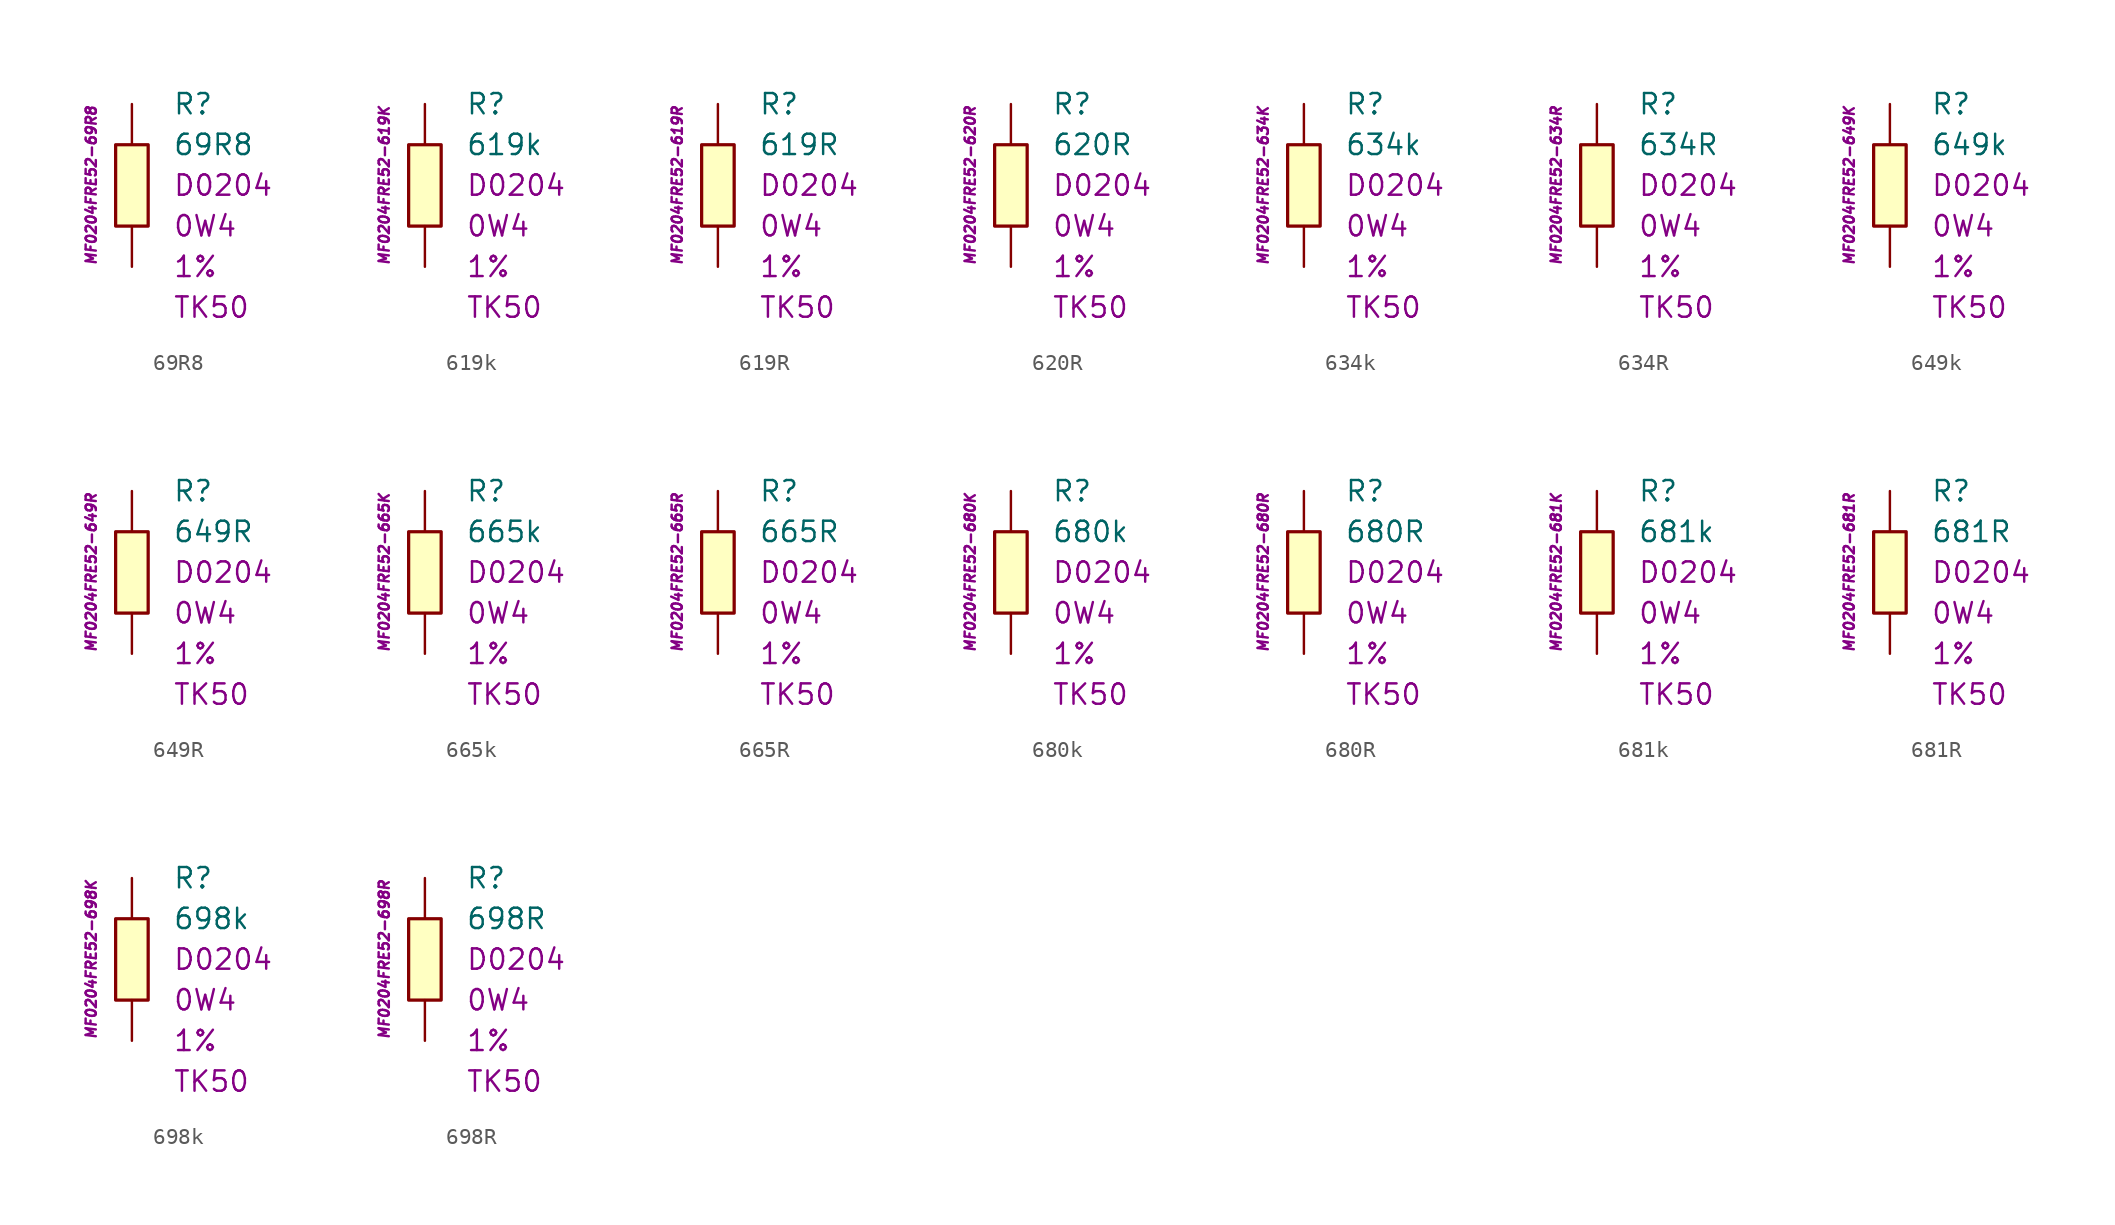
<source format=kicad_sym>
(kicad_symbol_lib
  (version 20201005)
  (generator kicad_symbol_editor)
  (symbol "69R8"
    (pin_numbers hide)
    (pin_names
      (offset 1.016) hide)
    (property "Reference" "R"
      (at 2.54 5.08 0)
      (effects (font (size 1.27 1.27)) (justify left)))
    (property "Value" "69R8"
      (at 2.54 2.54 0)
      (effects (font (size 1.27 1.27)) (justify left)))
    (property "Package" "D0204"
      (at 2.54 0 0)
      (effects (font (size 1.27 1.27)) (justify left)))
    (property "Power" "0W4"
      (at 2.54 -2.54 0)
      (effects (font (size 1.27 1.27)) (justify left)))
    (property "Tolerance" "1%"
      (at 2.54 -5.08 0)
      (effects (font (size 1.27 1.27)) (justify left)))
    (property "TK" "TK50"
      (at 2.54 -7.62 0)
      (effects (font (size 1.27 1.27)) (justify left)))
    (property "ID" "MF0204FRE52-69R8"
      (at -2.54 0 90)
      (effects (font (size 0.635 0.635) italic)))
    (symbol "69R8_0_1"
      (rectangle (start -1.016 2.54) (end 1.016 -2.54) (stroke (width 0.203)) (fill (type background))))
    (symbol "69R8_1_1"
      (pin passive line (at 0 5.08 270) (length 2.54) (name "~" (effects (font (size 1.778 1.778)))) (number "1" (effects (font (size 1.778 1.778)))))
      (pin passive line (at 0 -5.08 90) (length 2.54) (name "~" (effects (font (size 1.778 1.778)))) (number "2" (effects (font (size 1.778 1.778)))))))
  (symbol "619k"
    (pin_numbers hide)
    (pin_names
      (offset 1.016) hide)
    (property "Reference" "R"
      (at 2.54 5.08 0)
      (effects (font (size 1.27 1.27)) (justify left)))
    (property "Value" "619k"
      (at 2.54 2.54 0)
      (effects (font (size 1.27 1.27)) (justify left)))
    (property "Package" "D0204"
      (at 2.54 0 0)
      (effects (font (size 1.27 1.27)) (justify left)))
    (property "Power" "0W4"
      (at 2.54 -2.54 0)
      (effects (font (size 1.27 1.27)) (justify left)))
    (property "Tolerance" "1%"
      (at 2.54 -5.08 0)
      (effects (font (size 1.27 1.27)) (justify left)))
    (property "TK" "TK50"
      (at 2.54 -7.62 0)
      (effects (font (size 1.27 1.27)) (justify left)))
    (property "ID" "MF0204FRE52-619K"
      (at -2.54 0 90)
      (effects (font (size 0.635 0.635) italic)))
    (symbol "619k_0_1"
      (rectangle (start -1.016 2.54) (end 1.016 -2.54) (stroke (width 0.203)) (fill (type background))))
    (symbol "619k_1_1"
      (pin passive line (at 0 5.08 270) (length 2.54) (name "~" (effects (font (size 1.778 1.778)))) (number "1" (effects (font (size 1.778 1.778)))))
      (pin passive line (at 0 -5.08 90) (length 2.54) (name "~" (effects (font (size 1.778 1.778)))) (number "2" (effects (font (size 1.778 1.778)))))))
  (symbol "619R"
    (pin_numbers hide)
    (pin_names
      (offset 1.016) hide)
    (property "Reference" "R"
      (at 2.54 5.08 0)
      (effects (font (size 1.27 1.27)) (justify left)))
    (property "Value" "619R"
      (at 2.54 2.54 0)
      (effects (font (size 1.27 1.27)) (justify left)))
    (property "Package" "D0204"
      (at 2.54 0 0)
      (effects (font (size 1.27 1.27)) (justify left)))
    (property "Power" "0W4"
      (at 2.54 -2.54 0)
      (effects (font (size 1.27 1.27)) (justify left)))
    (property "Tolerance" "1%"
      (at 2.54 -5.08 0)
      (effects (font (size 1.27 1.27)) (justify left)))
    (property "TK" "TK50"
      (at 2.54 -7.62 0)
      (effects (font (size 1.27 1.27)) (justify left)))
    (property "ID" "MF0204FRE52-619R"
      (at -2.54 0 90)
      (effects (font (size 0.635 0.635) italic)))
    (symbol "619R_0_1"
      (rectangle (start -1.016 2.54) (end 1.016 -2.54) (stroke (width 0.203)) (fill (type background))))
    (symbol "619R_1_1"
      (pin passive line (at 0 5.08 270) (length 2.54) (name "~" (effects (font (size 1.778 1.778)))) (number "1" (effects (font (size 1.778 1.778)))))
      (pin passive line (at 0 -5.08 90) (length 2.54) (name "~" (effects (font (size 1.778 1.778)))) (number "2" (effects (font (size 1.778 1.778)))))))
  (symbol "620R"
    (pin_numbers hide)
    (pin_names
      (offset 1.016) hide)
    (property "Reference" "R"
      (at 2.54 5.08 0)
      (effects (font (size 1.27 1.27)) (justify left)))
    (property "Value" "620R"
      (at 2.54 2.54 0)
      (effects (font (size 1.27 1.27)) (justify left)))
    (property "Package" "D0204"
      (at 2.54 0 0)
      (effects (font (size 1.27 1.27)) (justify left)))
    (property "Power" "0W4"
      (at 2.54 -2.54 0)
      (effects (font (size 1.27 1.27)) (justify left)))
    (property "Tolerance" "1%"
      (at 2.54 -5.08 0)
      (effects (font (size 1.27 1.27)) (justify left)))
    (property "TK" "TK50"
      (at 2.54 -7.62 0)
      (effects (font (size 1.27 1.27)) (justify left)))
    (property "ID" "MF0204FRE52-620R"
      (at -2.54 0 90)
      (effects (font (size 0.635 0.635) italic)))
    (symbol "620R_0_1"
      (rectangle (start -1.016 2.54) (end 1.016 -2.54) (stroke (width 0.203)) (fill (type background))))
    (symbol "620R_1_1"
      (pin passive line (at 0 5.08 270) (length 2.54) (name "~" (effects (font (size 1.778 1.778)))) (number "1" (effects (font (size 1.778 1.778)))))
      (pin passive line (at 0 -5.08 90) (length 2.54) (name "~" (effects (font (size 1.778 1.778)))) (number "2" (effects (font (size 1.778 1.778)))))))
  (symbol "634k"
    (pin_numbers hide)
    (pin_names
      (offset 1.016) hide)
    (property "Reference" "R"
      (at 2.54 5.08 0)
      (effects (font (size 1.27 1.27)) (justify left)))
    (property "Value" "634k"
      (at 2.54 2.54 0)
      (effects (font (size 1.27 1.27)) (justify left)))
    (property "Package" "D0204"
      (at 2.54 0 0)
      (effects (font (size 1.27 1.27)) (justify left)))
    (property "Power" "0W4"
      (at 2.54 -2.54 0)
      (effects (font (size 1.27 1.27)) (justify left)))
    (property "Tolerance" "1%"
      (at 2.54 -5.08 0)
      (effects (font (size 1.27 1.27)) (justify left)))
    (property "TK" "TK50"
      (at 2.54 -7.62 0)
      (effects (font (size 1.27 1.27)) (justify left)))
    (property "ID" "MF0204FRE52-634K"
      (at -2.54 0 90)
      (effects (font (size 0.635 0.635) italic)))
    (symbol "634k_0_1"
      (rectangle (start -1.016 2.54) (end 1.016 -2.54) (stroke (width 0.203)) (fill (type background))))
    (symbol "634k_1_1"
      (pin passive line (at 0 5.08 270) (length 2.54) (name "~" (effects (font (size 1.778 1.778)))) (number "1" (effects (font (size 1.778 1.778)))))
      (pin passive line (at 0 -5.08 90) (length 2.54) (name "~" (effects (font (size 1.778 1.778)))) (number "2" (effects (font (size 1.778 1.778)))))))
  (symbol "634R"
    (pin_numbers hide)
    (pin_names
      (offset 1.016) hide)
    (property "Reference" "R"
      (at 2.54 5.08 0)
      (effects (font (size 1.27 1.27)) (justify left)))
    (property "Value" "634R"
      (at 2.54 2.54 0)
      (effects (font (size 1.27 1.27)) (justify left)))
    (property "Package" "D0204"
      (at 2.54 0 0)
      (effects (font (size 1.27 1.27)) (justify left)))
    (property "Power" "0W4"
      (at 2.54 -2.54 0)
      (effects (font (size 1.27 1.27)) (justify left)))
    (property "Tolerance" "1%"
      (at 2.54 -5.08 0)
      (effects (font (size 1.27 1.27)) (justify left)))
    (property "TK" "TK50"
      (at 2.54 -7.62 0)
      (effects (font (size 1.27 1.27)) (justify left)))
    (property "ID" "MF0204FRE52-634R"
      (at -2.54 0 90)
      (effects (font (size 0.635 0.635) italic)))
    (symbol "634R_0_1"
      (rectangle (start -1.016 2.54) (end 1.016 -2.54) (stroke (width 0.203)) (fill (type background))))
    (symbol "634R_1_1"
      (pin passive line (at 0 5.08 270) (length 2.54) (name "~" (effects (font (size 1.778 1.778)))) (number "1" (effects (font (size 1.778 1.778)))))
      (pin passive line (at 0 -5.08 90) (length 2.54) (name "~" (effects (font (size 1.778 1.778)))) (number "2" (effects (font (size 1.778 1.778)))))))
  (symbol "649k"
    (pin_numbers hide)
    (pin_names
      (offset 1.016) hide)
    (property "Reference" "R"
      (at 2.54 5.08 0)
      (effects (font (size 1.27 1.27)) (justify left)))
    (property "Value" "649k"
      (at 2.54 2.54 0)
      (effects (font (size 1.27 1.27)) (justify left)))
    (property "Package" "D0204"
      (at 2.54 0 0)
      (effects (font (size 1.27 1.27)) (justify left)))
    (property "Power" "0W4"
      (at 2.54 -2.54 0)
      (effects (font (size 1.27 1.27)) (justify left)))
    (property "Tolerance" "1%"
      (at 2.54 -5.08 0)
      (effects (font (size 1.27 1.27)) (justify left)))
    (property "TK" "TK50"
      (at 2.54 -7.62 0)
      (effects (font (size 1.27 1.27)) (justify left)))
    (property "ID" "MF0204FRE52-649K"
      (at -2.54 0 90)
      (effects (font (size 0.635 0.635) italic)))
    (symbol "649k_0_1"
      (rectangle (start -1.016 2.54) (end 1.016 -2.54) (stroke (width 0.203)) (fill (type background))))
    (symbol "649k_1_1"
      (pin passive line (at 0 5.08 270) (length 2.54) (name "~" (effects (font (size 1.778 1.778)))) (number "1" (effects (font (size 1.778 1.778)))))
      (pin passive line (at 0 -5.08 90) (length 2.54) (name "~" (effects (font (size 1.778 1.778)))) (number "2" (effects (font (size 1.778 1.778)))))))
  (symbol "649R"
    (pin_numbers hide)
    (pin_names
      (offset 1.016) hide)
    (property "Reference" "R"
      (at 2.54 5.08 0)
      (effects (font (size 1.27 1.27)) (justify left)))
    (property "Value" "649R"
      (at 2.54 2.54 0)
      (effects (font (size 1.27 1.27)) (justify left)))
    (property "Package" "D0204"
      (at 2.54 0 0)
      (effects (font (size 1.27 1.27)) (justify left)))
    (property "Power" "0W4"
      (at 2.54 -2.54 0)
      (effects (font (size 1.27 1.27)) (justify left)))
    (property "Tolerance" "1%"
      (at 2.54 -5.08 0)
      (effects (font (size 1.27 1.27)) (justify left)))
    (property "TK" "TK50"
      (at 2.54 -7.62 0)
      (effects (font (size 1.27 1.27)) (justify left)))
    (property "ID" "MF0204FRE52-649R"
      (at -2.54 0 90)
      (effects (font (size 0.635 0.635) italic)))
    (symbol "649R_0_1"
      (rectangle (start -1.016 2.54) (end 1.016 -2.54) (stroke (width 0.203)) (fill (type background))))
    (symbol "649R_1_1"
      (pin passive line (at 0 5.08 270) (length 2.54) (name "~" (effects (font (size 1.778 1.778)))) (number "1" (effects (font (size 1.778 1.778)))))
      (pin passive line (at 0 -5.08 90) (length 2.54) (name "~" (effects (font (size 1.778 1.778)))) (number "2" (effects (font (size 1.778 1.778)))))))
  (symbol "665k"
    (pin_numbers hide)
    (pin_names
      (offset 1.016) hide)
    (property "Reference" "R"
      (at 2.54 5.08 0)
      (effects (font (size 1.27 1.27)) (justify left)))
    (property "Value" "665k"
      (at 2.54 2.54 0)
      (effects (font (size 1.27 1.27)) (justify left)))
    (property "Package" "D0204"
      (at 2.54 0 0)
      (effects (font (size 1.27 1.27)) (justify left)))
    (property "Power" "0W4"
      (at 2.54 -2.54 0)
      (effects (font (size 1.27 1.27)) (justify left)))
    (property "Tolerance" "1%"
      (at 2.54 -5.08 0)
      (effects (font (size 1.27 1.27)) (justify left)))
    (property "TK" "TK50"
      (at 2.54 -7.62 0)
      (effects (font (size 1.27 1.27)) (justify left)))
    (property "ID" "MF0204FRE52-665K"
      (at -2.54 0 90)
      (effects (font (size 0.635 0.635) italic)))
    (symbol "665k_0_1"
      (rectangle (start -1.016 2.54) (end 1.016 -2.54) (stroke (width 0.203)) (fill (type background))))
    (symbol "665k_1_1"
      (pin passive line (at 0 5.08 270) (length 2.54) (name "~" (effects (font (size 1.778 1.778)))) (number "1" (effects (font (size 1.778 1.778)))))
      (pin passive line (at 0 -5.08 90) (length 2.54) (name "~" (effects (font (size 1.778 1.778)))) (number "2" (effects (font (size 1.778 1.778)))))))
  (symbol "665R"
    (pin_numbers hide)
    (pin_names
      (offset 1.016) hide)
    (property "Reference" "R"
      (at 2.54 5.08 0)
      (effects (font (size 1.27 1.27)) (justify left)))
    (property "Value" "665R"
      (at 2.54 2.54 0)
      (effects (font (size 1.27 1.27)) (justify left)))
    (property "Package" "D0204"
      (at 2.54 0 0)
      (effects (font (size 1.27 1.27)) (justify left)))
    (property "Power" "0W4"
      (at 2.54 -2.54 0)
      (effects (font (size 1.27 1.27)) (justify left)))
    (property "Tolerance" "1%"
      (at 2.54 -5.08 0)
      (effects (font (size 1.27 1.27)) (justify left)))
    (property "TK" "TK50"
      (at 2.54 -7.62 0)
      (effects (font (size 1.27 1.27)) (justify left)))
    (property "ID" "MF0204FRE52-665R"
      (at -2.54 0 90)
      (effects (font (size 0.635 0.635) italic)))
    (symbol "665R_0_1"
      (rectangle (start -1.016 2.54) (end 1.016 -2.54) (stroke (width 0.203)) (fill (type background))))
    (symbol "665R_1_1"
      (pin passive line (at 0 5.08 270) (length 2.54) (name "~" (effects (font (size 1.778 1.778)))) (number "1" (effects (font (size 1.778 1.778)))))
      (pin passive line (at 0 -5.08 90) (length 2.54) (name "~" (effects (font (size 1.778 1.778)))) (number "2" (effects (font (size 1.778 1.778)))))))
  (symbol "680k"
    (pin_numbers hide)
    (pin_names
      (offset 1.016) hide)
    (property "Reference" "R"
      (at 2.54 5.08 0)
      (effects (font (size 1.27 1.27)) (justify left)))
    (property "Value" "680k"
      (at 2.54 2.54 0)
      (effects (font (size 1.27 1.27)) (justify left)))
    (property "Package" "D0204"
      (at 2.54 0 0)
      (effects (font (size 1.27 1.27)) (justify left)))
    (property "Power" "0W4"
      (at 2.54 -2.54 0)
      (effects (font (size 1.27 1.27)) (justify left)))
    (property "Tolerance" "1%"
      (at 2.54 -5.08 0)
      (effects (font (size 1.27 1.27)) (justify left)))
    (property "TK" "TK50"
      (at 2.54 -7.62 0)
      (effects (font (size 1.27 1.27)) (justify left)))
    (property "ID" "MF0204FRE52-680K"
      (at -2.54 0 90)
      (effects (font (size 0.635 0.635) italic)))
    (symbol "680k_0_1"
      (rectangle (start -1.016 2.54) (end 1.016 -2.54) (stroke (width 0.203)) (fill (type background))))
    (symbol "680k_1_1"
      (pin passive line (at 0 5.08 270) (length 2.54) (name "~" (effects (font (size 1.778 1.778)))) (number "1" (effects (font (size 1.778 1.778)))))
      (pin passive line (at 0 -5.08 90) (length 2.54) (name "~" (effects (font (size 1.778 1.778)))) (number "2" (effects (font (size 1.778 1.778)))))))
  (symbol "680R"
    (pin_numbers hide)
    (pin_names
      (offset 1.016) hide)
    (property "Reference" "R"
      (at 2.54 5.08 0)
      (effects (font (size 1.27 1.27)) (justify left)))
    (property "Value" "680R"
      (at 2.54 2.54 0)
      (effects (font (size 1.27 1.27)) (justify left)))
    (property "Package" "D0204"
      (at 2.54 0 0)
      (effects (font (size 1.27 1.27)) (justify left)))
    (property "Power" "0W4"
      (at 2.54 -2.54 0)
      (effects (font (size 1.27 1.27)) (justify left)))
    (property "Tolerance" "1%"
      (at 2.54 -5.08 0)
      (effects (font (size 1.27 1.27)) (justify left)))
    (property "TK" "TK50"
      (at 2.54 -7.62 0)
      (effects (font (size 1.27 1.27)) (justify left)))
    (property "ID" "MF0204FRE52-680R"
      (at -2.54 0 90)
      (effects (font (size 0.635 0.635) italic)))
    (symbol "680R_0_1"
      (rectangle (start -1.016 2.54) (end 1.016 -2.54) (stroke (width 0.203)) (fill (type background))))
    (symbol "680R_1_1"
      (pin passive line (at 0 5.08 270) (length 2.54) (name "~" (effects (font (size 1.778 1.778)))) (number "1" (effects (font (size 1.778 1.778)))))
      (pin passive line (at 0 -5.08 90) (length 2.54) (name "~" (effects (font (size 1.778 1.778)))) (number "2" (effects (font (size 1.778 1.778)))))))
  (symbol "681k"
    (pin_numbers hide)
    (pin_names
      (offset 1.016) hide)
    (property "Reference" "R"
      (at 2.54 5.08 0)
      (effects (font (size 1.27 1.27)) (justify left)))
    (property "Value" "681k"
      (at 2.54 2.54 0)
      (effects (font (size 1.27 1.27)) (justify left)))
    (property "Package" "D0204"
      (at 2.54 0 0)
      (effects (font (size 1.27 1.27)) (justify left)))
    (property "Power" "0W4"
      (at 2.54 -2.54 0)
      (effects (font (size 1.27 1.27)) (justify left)))
    (property "Tolerance" "1%"
      (at 2.54 -5.08 0)
      (effects (font (size 1.27 1.27)) (justify left)))
    (property "TK" "TK50"
      (at 2.54 -7.62 0)
      (effects (font (size 1.27 1.27)) (justify left)))
    (property "ID" "MF0204FRE52-681K"
      (at -2.54 0 90)
      (effects (font (size 0.635 0.635) italic)))
    (symbol "681k_0_1"
      (rectangle (start -1.016 2.54) (end 1.016 -2.54) (stroke (width 0.203)) (fill (type background))))
    (symbol "681k_1_1"
      (pin passive line (at 0 5.08 270) (length 2.54) (name "~" (effects (font (size 1.778 1.778)))) (number "1" (effects (font (size 1.778 1.778)))))
      (pin passive line (at 0 -5.08 90) (length 2.54) (name "~" (effects (font (size 1.778 1.778)))) (number "2" (effects (font (size 1.778 1.778)))))))
  (symbol "681R"
    (pin_numbers hide)
    (pin_names
      (offset 1.016) hide)
    (property "Reference" "R"
      (at 2.54 5.08 0)
      (effects (font (size 1.27 1.27)) (justify left)))
    (property "Value" "681R"
      (at 2.54 2.54 0)
      (effects (font (size 1.27 1.27)) (justify left)))
    (property "Package" "D0204"
      (at 2.54 0 0)
      (effects (font (size 1.27 1.27)) (justify left)))
    (property "Power" "0W4"
      (at 2.54 -2.54 0)
      (effects (font (size 1.27 1.27)) (justify left)))
    (property "Tolerance" "1%"
      (at 2.54 -5.08 0)
      (effects (font (size 1.27 1.27)) (justify left)))
    (property "TK" "TK50"
      (at 2.54 -7.62 0)
      (effects (font (size 1.27 1.27)) (justify left)))
    (property "ID" "MF0204FRE52-681R"
      (at -2.54 0 90)
      (effects (font (size 0.635 0.635) italic)))
    (symbol "681R_0_1"
      (rectangle (start -1.016 2.54) (end 1.016 -2.54) (stroke (width 0.203)) (fill (type background))))
    (symbol "681R_1_1"
      (pin passive line (at 0 5.08 270) (length 2.54) (name "~" (effects (font (size 1.778 1.778)))) (number "1" (effects (font (size 1.778 1.778)))))
      (pin passive line (at 0 -5.08 90) (length 2.54) (name "~" (effects (font (size 1.778 1.778)))) (number "2" (effects (font (size 1.778 1.778)))))))
  (symbol "698k"
    (pin_numbers hide)
    (pin_names
      (offset 1.016) hide)
    (property "Reference" "R"
      (at 2.54 5.08 0)
      (effects (font (size 1.27 1.27)) (justify left)))
    (property "Value" "698k"
      (at 2.54 2.54 0)
      (effects (font (size 1.27 1.27)) (justify left)))
    (property "Package" "D0204"
      (at 2.54 0 0)
      (effects (font (size 1.27 1.27)) (justify left)))
    (property "Power" "0W4"
      (at 2.54 -2.54 0)
      (effects (font (size 1.27 1.27)) (justify left)))
    (property "Tolerance" "1%"
      (at 2.54 -5.08 0)
      (effects (font (size 1.27 1.27)) (justify left)))
    (property "TK" "TK50"
      (at 2.54 -7.62 0)
      (effects (font (size 1.27 1.27)) (justify left)))
    (property "ID" "MF0204FRE52-698K"
      (at -2.54 0 90)
      (effects (font (size 0.635 0.635) italic)))
    (symbol "698k_0_1"
      (rectangle (start -1.016 2.54) (end 1.016 -2.54) (stroke (width 0.203)) (fill (type background))))
    (symbol "698k_1_1"
      (pin passive line (at 0 5.08 270) (length 2.54) (name "~" (effects (font (size 1.778 1.778)))) (number "1" (effects (font (size 1.778 1.778)))))
      (pin passive line (at 0 -5.08 90) (length 2.54) (name "~" (effects (font (size 1.778 1.778)))) (number "2" (effects (font (size 1.778 1.778)))))))
  (symbol "698R"
    (pin_numbers hide)
    (pin_names
      (offset 1.016) hide)
    (property "Reference" "R"
      (at 2.54 5.08 0)
      (effects (font (size 1.27 1.27)) (justify left)))
    (property "Value" "698R"
      (at 2.54 2.54 0)
      (effects (font (size 1.27 1.27)) (justify left)))
    (property "Package" "D0204"
      (at 2.54 0 0)
      (effects (font (size 1.27 1.27)) (justify left)))
    (property "Power" "0W4"
      (at 2.54 -2.54 0)
      (effects (font (size 1.27 1.27)) (justify left)))
    (property "Tolerance" "1%"
      (at 2.54 -5.08 0)
      (effects (font (size 1.27 1.27)) (justify left)))
    (property "TK" "TK50"
      (at 2.54 -7.62 0)
      (effects (font (size 1.27 1.27)) (justify left)))
    (property "ID" "MF0204FRE52-698R"
      (at -2.54 0 90)
      (effects (font (size 0.635 0.635) italic)))
    (symbol "698R_0_1"
      (rectangle (start -1.016 2.54) (end 1.016 -2.54) (stroke (width 0.203)) (fill (type background))))
    (symbol "698R_1_1"
      (pin passive line (at 0 5.08 270) (length 2.54) (name "~" (effects (font (size 1.778 1.778)))) (number "1" (effects (font (size 1.778 1.778)))))
      (pin passive line (at 0 -5.08 90) (length 2.54) (name "~" (effects (font (size 1.778 1.778)))) (number "2" (effects (font (size 1.778 1.778))))))))
</source>
